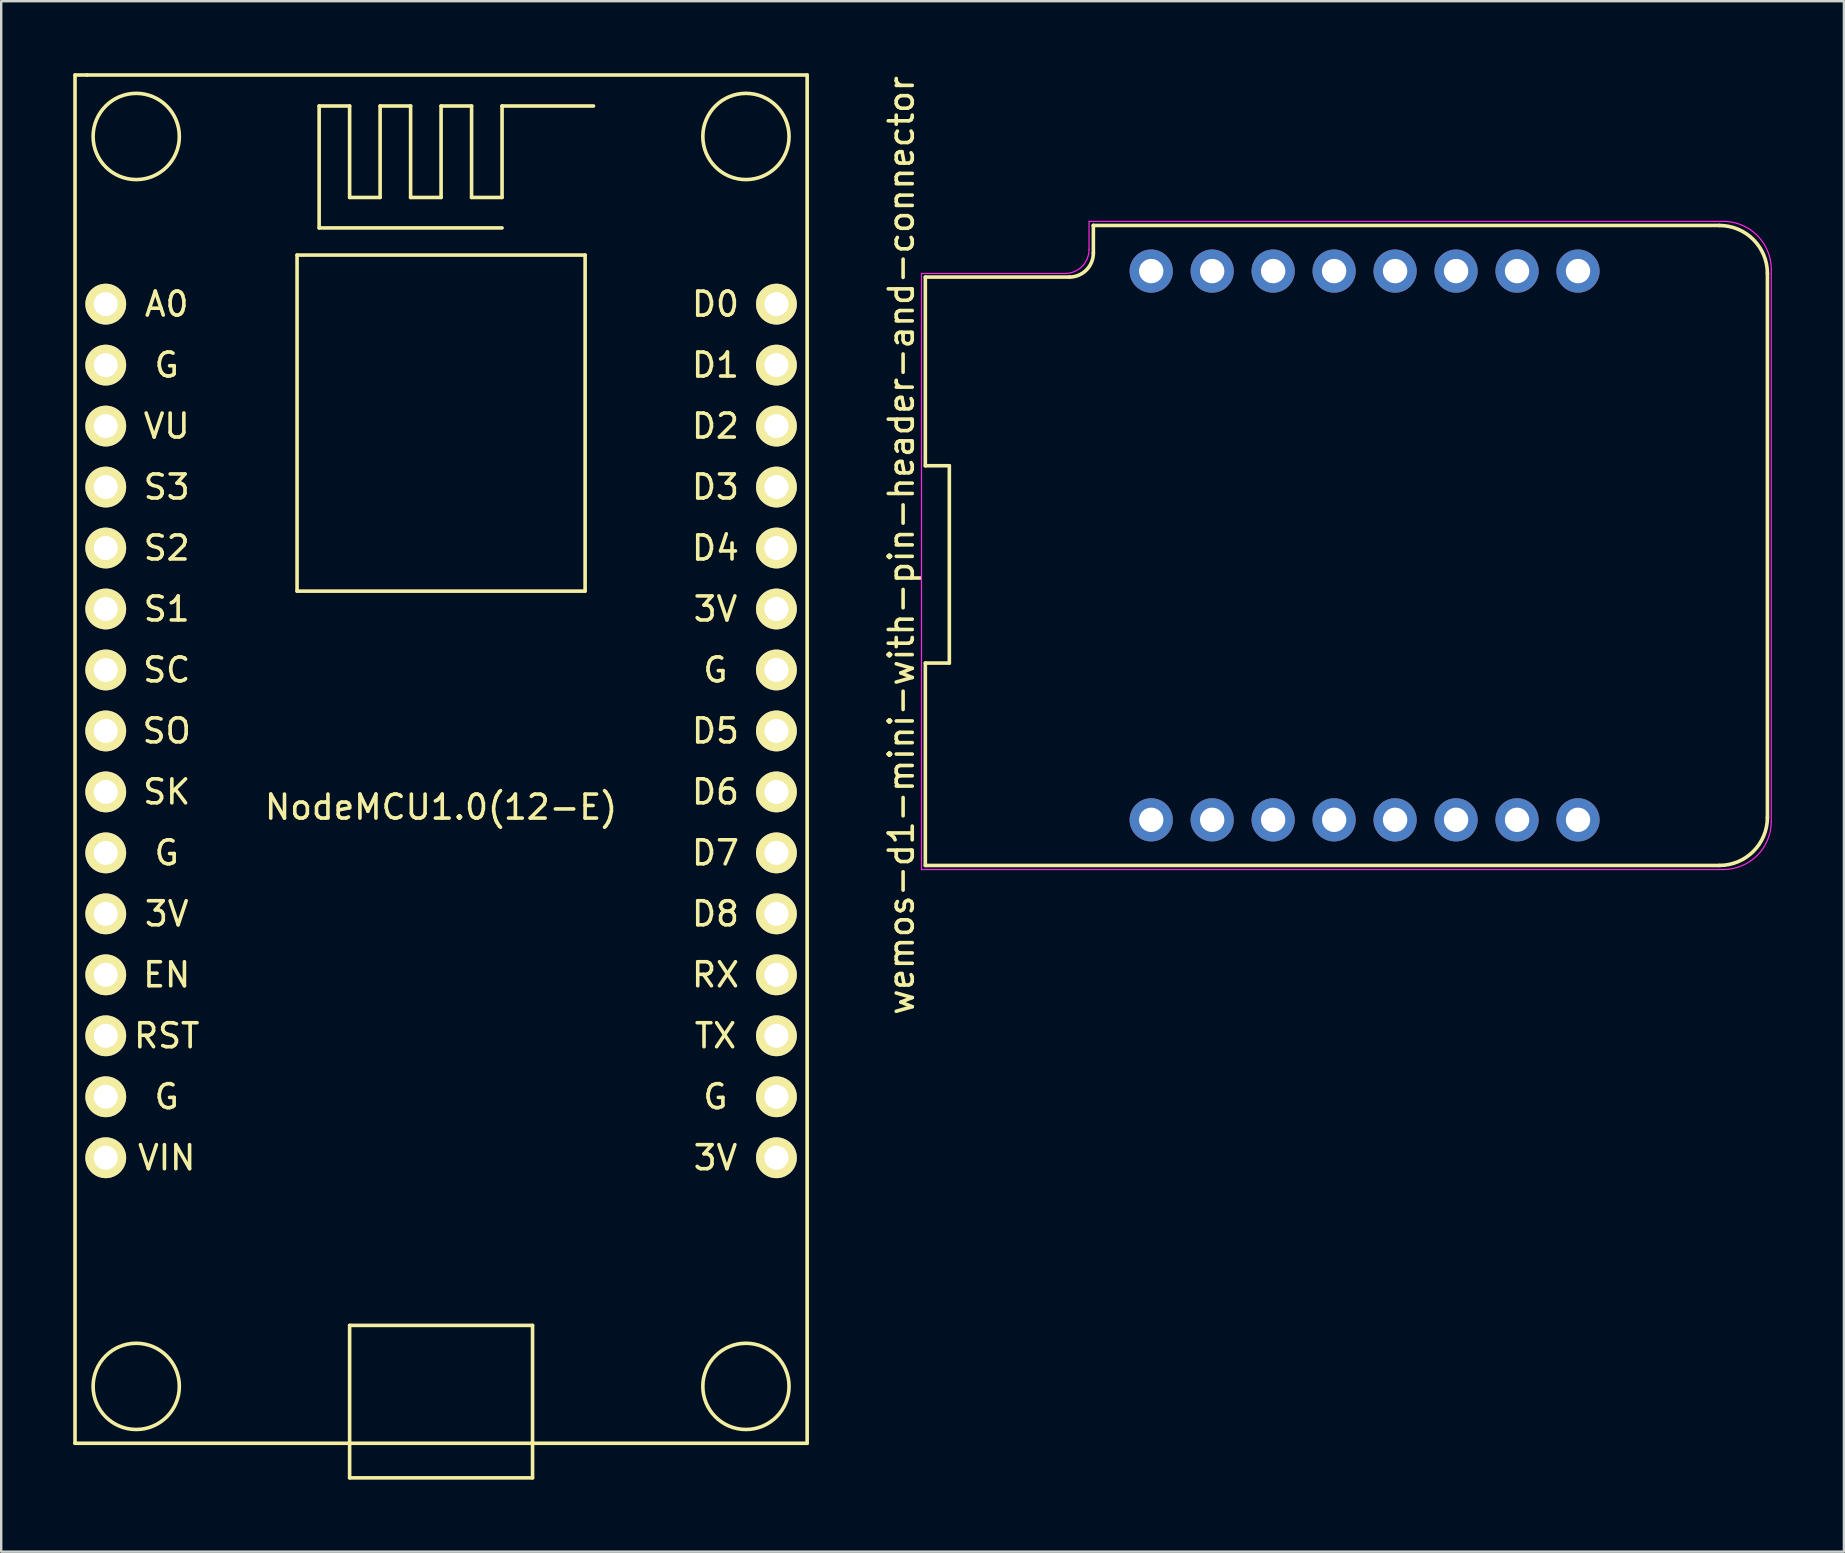
<source format=kicad_pcb>
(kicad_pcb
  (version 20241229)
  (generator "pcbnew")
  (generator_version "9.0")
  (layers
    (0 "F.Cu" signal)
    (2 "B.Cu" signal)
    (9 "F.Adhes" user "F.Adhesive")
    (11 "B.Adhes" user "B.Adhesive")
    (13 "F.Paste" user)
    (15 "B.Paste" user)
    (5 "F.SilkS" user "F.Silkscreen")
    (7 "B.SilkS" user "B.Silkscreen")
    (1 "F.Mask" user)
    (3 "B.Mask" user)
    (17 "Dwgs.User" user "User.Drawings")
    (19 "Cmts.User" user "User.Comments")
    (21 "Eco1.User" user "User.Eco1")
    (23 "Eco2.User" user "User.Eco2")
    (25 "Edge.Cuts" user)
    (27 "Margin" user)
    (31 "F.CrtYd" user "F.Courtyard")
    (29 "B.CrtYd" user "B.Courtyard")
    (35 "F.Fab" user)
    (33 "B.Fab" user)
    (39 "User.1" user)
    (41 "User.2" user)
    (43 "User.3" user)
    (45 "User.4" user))
  (footprint "wemos-d1-mini-with-pin-header-and-connector"
    (layer "F.Cu")
    (at 53.798 19.673)
    (property "Reference" "wemos-d1-mini-with-pin-header-and-connector" (at -19.3 0 90) (layer "F.SilkS") (effects (font (size 1 1) (thickness 0.15))))
    (attr through_hole)
    (fp_line (start -18.3 -11.18) (end -18.3 -3.32) (stroke (width 0.15) (type solid)) (layer "F.SilkS"))
    (fp_line (start -18.3 -11.18) (end -12.3 -11.18) (stroke (width 0.15) (type solid)) (layer "F.SilkS"))
    (fp_line (start -18.3 -3.32) (end -17.3 -3.32) (stroke (width 0.15) (type solid)) (layer "F.SilkS"))
    (fp_line (start -18.3 4.9) (end -18.3 13.33) (stroke (width 0.15) (type solid)) (layer "F.SilkS"))
    (fp_line (start -18.3 13.33) (end 14.78 13.33) (stroke (width 0.15) (type solid)) (layer "F.SilkS"))
    (fp_line (start -17.3 -3.32) (end -17.3 4.9) (stroke (width 0.15) (type solid)) (layer "F.SilkS"))
    (fp_line (start -17.3 4.9) (end -18.3 4.9) (stroke (width 0.15) (type solid)) (layer "F.SilkS"))
    (fp_line (start -11.3 -13.33) (end -11.3 -13.33) (stroke (width 0.15) (type solid)) (layer "F.SilkS"))
    (fp_line (start -11.3 -12.17) (end -11.3 -13.33) (stroke (width 0.15) (type solid)) (layer "F.SilkS"))
    (fp_line (start 14.78 -13.33) (end -11.3 -13.33) (stroke (width 0.15) (type solid)) (layer "F.SilkS"))
    (fp_line (start 16.78 11.33) (end 16.78 -11.33) (stroke (width 0.15) (type solid)) (layer "F.SilkS"))
    (fp_arc (start -11.3 -12.18) (mid -11.592893 -11.472893) (end -12.3 -11.18) (stroke (width 0.15) (type solid)) (layer "F.SilkS"))
    (fp_arc (start 14.78 -13.33) (mid 16.194214 -12.744214) (end 16.78 -11.33) (stroke (width 0.15) (type solid)) (layer "F.SilkS"))
    (fp_arc (start 16.78 11.33) (mid 16.194214 12.744214) (end 14.78 13.33) (stroke (width 0.15) (type solid)) (layer "F.SilkS"))
    (fp_line (start -18.46 -11.33) (end -12.48 -11.33) (stroke (width 0.05) (type solid)) (layer "F.CrtYd"))
    (fp_line (start -18.46 13.5) (end -18.46 -11.33) (stroke (width 0.05) (type solid)) (layer "F.CrtYd"))
    (fp_line (start -11.48 -13.5) (end -11.48 -12.33) (stroke (width 0.05) (type solid)) (layer "F.CrtYd"))
    (fp_line (start -11.48 -13.5) (end 14.85 -13.5) (stroke (width 0.05) (type solid)) (layer "F.CrtYd"))
    (fp_line (start 14.94 13.5) (end -18.46 13.5) (stroke (width 0.05) (type solid)) (layer "F.CrtYd"))
    (fp_line (start 16.94 -11.5) (end 16.94 11.5) (stroke (width 0.05) (type solid)) (layer "F.CrtYd"))
    (fp_arc (start -11.48 -12.33) (mid -11.772893 -11.622893) (end -12.48 -11.33) (stroke (width 0.05) (type solid)) (layer "F.CrtYd"))
    (fp_arc (start 14.85 -13.5) (mid 16.323459 -12.947115) (end 16.942024 -11.5) (stroke (width 0.05) (type solid)) (layer "F.CrtYd"))
    (fp_arc (start 16.94 11.5) (mid 16.354214 12.914214) (end 14.94 13.5) (stroke (width 0.05) (type solid)) (layer "F.CrtYd"))
    (pad "1" thru_hole circle (at -8.89 11.43) (size 1.8 1.8) (drill 1.016) (layers "*.Cu" "*.Mask"))
    (pad "2" thru_hole circle (at -6.35 11.43) (size 1.8 1.8) (drill 1.016) (layers "*.Cu" "*.Mask"))
    (pad "3" thru_hole circle (at -3.81 11.43) (size 1.8 1.8) (drill 1.016) (layers "*.Cu" "*.Mask"))
    (pad "4" thru_hole circle (at -1.27 11.43) (size 1.8 1.8) (drill 1.016) (layers "*.Cu" "*.Mask"))
    (pad "5" thru_hole circle (at 1.27 11.43) (size 1.8 1.8) (drill 1.016) (layers "*.Cu" "*.Mask"))
    (pad "6" thru_hole circle (at 3.81 11.43) (size 1.8 1.8) (drill 1.016) (layers "*.Cu" "*.Mask"))
    (pad "7" thru_hole circle (at 6.35 11.43) (size 1.8 1.8) (drill 1.016) (layers "*.Cu" "*.Mask"))
    (pad "8" thru_hole circle (at 8.89 11.43) (size 1.8 1.8) (drill 1.016) (layers "*.Cu" "*.Mask"))
    (pad "9" thru_hole circle (at 8.89 -11.43) (size 1.8 1.8) (drill 1.016) (layers "*.Cu" "*.Mask"))
    (pad "10" thru_hole circle (at 6.35 -11.43) (size 1.8 1.8) (drill 1.016) (layers "*.Cu" "*.Mask"))
    (pad "11" thru_hole circle (at 3.81 -11.43) (size 1.8 1.8) (drill 1.016) (layers "*.Cu" "*.Mask"))
    (pad "12" thru_hole circle (at 1.27 -11.43) (size 1.8 1.8) (drill 1.016) (layers "*.Cu" "*.Mask"))
    (pad "13" thru_hole circle (at -1.27 -11.43) (size 1.8 1.8) (drill 1.016) (layers "*.Cu" "*.Mask"))
    (pad "14" thru_hole circle (at -3.81 -11.43) (size 1.8 1.8) (drill 1.016) (layers "*.Cu" "*.Mask"))
    (pad "15" thru_hole circle (at -6.35 -11.43) (size 1.8 1.8) (drill 1.016) (layers "*.Cu" "*.Mask"))
    (pad "16" thru_hole circle (at -8.89 -11.43) (size 1.8 1.8) (drill 1.016) (layers "*.Cu" "*.Mask")))
  (footprint "NodeMCU1.0(12-E)"
    (layer "F.Cu")
    (at 15.325 30.575)
    (property "Reference" "NodeMCU1.0(12-E)" (at 0 0 0) (layer "F.SilkS") (effects (font (size 1 1) (thickness 0.15))))
    (attr through_hole)
    (fp_line (start -15.25 -30.5) (end -15.25 26.5) (stroke (width 0.15) (type solid)) (layer "F.SilkS"))
    (fp_line (start -15.25 26.5) (end 15.25 26.5) (stroke (width 0.15) (type solid)) (layer "F.SilkS"))
    (fp_line (start -14.75 -30.5) (end -15.25 -30.5) (stroke (width 0.15) (type solid)) (layer "F.SilkS"))
    (fp_line (start -6 -23) (end 6 -23) (stroke (width 0.15) (type solid)) (layer "F.SilkS"))
    (fp_line (start -6 -9) (end -6 -23) (stroke (width 0.15) (type solid)) (layer "F.SilkS"))
    (fp_line (start -5.08 -29.21) (end -3.81 -29.21) (stroke (width 0.15) (type solid)) (layer "F.SilkS"))
    (fp_line (start -5.08 -24.13) (end -5.08 -29.21) (stroke (width 0.15) (type solid)) (layer "F.SilkS"))
    (fp_line (start -3.81 -29.21) (end -3.81 -25.4) (stroke (width 0.15) (type solid)) (layer "F.SilkS"))
    (fp_line (start -3.81 -25.4) (end -2.54 -25.4) (stroke (width 0.15) (type solid)) (layer "F.SilkS"))
    (fp_line (start -3.81 21.59) (end -3.81 27.94) (stroke (width 0.15) (type solid)) (layer "F.SilkS"))
    (fp_line (start -3.81 27.94) (end 3.81 27.94) (stroke (width 0.15) (type solid)) (layer "F.SilkS"))
    (fp_line (start -2.54 -29.21) (end -1.27 -29.21) (stroke (width 0.15) (type solid)) (layer "F.SilkS"))
    (fp_line (start -2.54 -25.4) (end -2.54 -29.21) (stroke (width 0.15) (type solid)) (layer "F.SilkS"))
    (fp_line (start -1.27 -29.21) (end -1.27 -25.4) (stroke (width 0.15) (type solid)) (layer "F.SilkS"))
    (fp_line (start -1.27 -25.4) (end 0 -25.4) (stroke (width 0.15) (type solid)) (layer "F.SilkS"))
    (fp_line (start 0 -29.21) (end 1.27 -29.21) (stroke (width 0.15) (type solid)) (layer "F.SilkS"))
    (fp_line (start 0 -25.4) (end 0 -29.21) (stroke (width 0.15) (type solid)) (layer "F.SilkS"))
    (fp_line (start 1.27 -29.21) (end 1.27 -25.4) (stroke (width 0.15) (type solid)) (layer "F.SilkS"))
    (fp_line (start 1.27 -25.4) (end 2.54 -25.4) (stroke (width 0.15) (type solid)) (layer "F.SilkS"))
    (fp_line (start 2.54 -29.21) (end 6.35 -29.21) (stroke (width 0.15) (type solid)) (layer "F.SilkS"))
    (fp_line (start 2.54 -25.4) (end 2.54 -29.21) (stroke (width 0.15) (type solid)) (layer "F.SilkS"))
    (fp_line (start 2.54 -24.13) (end -5.08 -24.13) (stroke (width 0.15) (type solid)) (layer "F.SilkS"))
    (fp_line (start 3.81 21.59) (end -3.81 21.59) (stroke (width 0.15) (type solid)) (layer "F.SilkS"))
    (fp_line (start 3.81 27.94) (end 3.81 21.59) (stroke (width 0.15) (type solid)) (layer "F.SilkS"))
    (fp_line (start 6 -23) (end 6 -9) (stroke (width 0.15) (type solid)) (layer "F.SilkS"))
    (fp_line (start 6 -9) (end -6 -9) (stroke (width 0.15) (type solid)) (layer "F.SilkS"))
    (fp_line (start 15.25 -30.5) (end -14.75 -30.5) (stroke (width 0.15) (type solid)) (layer "F.SilkS"))
    (fp_line (start 15.25 26.5) (end 15.25 -30.5) (stroke (width 0.15) (type solid)) (layer "F.SilkS"))
    (fp_circle (center -12.7 -27.94) (end -11.43 -29.21) (stroke (width 0.15) (type solid)) (fill no) (layer "F.SilkS"))
    (fp_circle (center -12.7 24.13) (end -11.43 22.86) (stroke (width 0.15) (type solid)) (fill no) (layer "F.SilkS"))
    (fp_circle (center 12.7 -27.94) (end 13.97 -29.21) (stroke (width 0.15) (type solid)) (fill no) (layer "F.SilkS"))
    (fp_circle (center 12.7 24.13) (end 13.97 22.86) (stroke (width 0.15) (type solid)) (fill no) (layer "F.SilkS"))
    (fp_text user "G" (at -11.43 1.905 0) (layer "F.SilkS") (effects (font (size 1 1) (thickness 0.15))))
    (fp_text user "D1" (at 11.43 -18.415 0) (layer "F.SilkS") (effects (font (size 1 1) (thickness 0.15))))
    (fp_text user "RX" (at 11.43 6.985 0) (layer "F.SilkS") (effects (font (size 1 1) (thickness 0.15))))
    (fp_text user "D2" (at 11.43 -15.875 0) (layer "F.SilkS") (effects (font (size 1 1) (thickness 0.15))))
    (fp_text user "SC" (at -11.43 -5.715 0) (layer "F.SilkS") (effects (font (size 1 1) (thickness 0.15))))
    (fp_text user "D6" (at 11.43 -0.635 0) (layer "F.SilkS") (effects (font (size 1 1) (thickness 0.15))))
    (fp_text user "EN" (at -11.43 6.985 0) (layer "F.SilkS") (effects (font (size 1 1) (thickness 0.15))))
    (fp_text user "RST" (at -11.43 9.525 0) (layer "F.SilkS") (effects (font (size 1 1) (thickness 0.15))))
    (fp_text user "D4" (at 11.43 -10.795 0) (layer "F.SilkS") (effects (font (size 1 1) (thickness 0.15))))
    (fp_text user "G" (at -11.43 -18.415 0) (layer "F.SilkS") (effects (font (size 1 1) (thickness 0.15))))
    (fp_text user "S1" (at -11.43 -8.255 0) (layer "F.SilkS") (effects (font (size 1 1) (thickness 0.15))))
    (fp_text user "SK" (at -11.43 -0.635 0) (layer "F.SilkS") (effects (font (size 1 1) (thickness 0.15))))
    (fp_text user "TX" (at 11.43 9.525 0) (layer "F.SilkS") (effects (font (size 1 1) (thickness 0.15))))
    (fp_text user "D0" (at 11.43 -20.955 0) (layer "F.SilkS") (effects (font (size 1 1) (thickness 0.15))))
    (fp_text user "SO" (at -11.43 -3.175 0) (layer "F.SilkS") (effects (font (size 1 1) (thickness 0.15))))
    (fp_text user "VIN" (at -11.43 14.605 0) (layer "F.SilkS") (effects (font (size 1 1) (thickness 0.15))))
    (fp_text user "D5" (at 11.43 -3.175 0) (layer "F.SilkS") (effects (font (size 1 1) (thickness 0.15))))
    (fp_text user "3V" (at -11.43 4.445 0) (layer "F.SilkS") (effects (font (size 1 1) (thickness 0.15))))
    (fp_text user "G" (at -11.43 12.065 0) (layer "F.SilkS") (effects (font (size 1 1) (thickness 0.15))))
    (fp_text user "S2" (at -11.43 -10.795 0) (layer "F.SilkS") (effects (font (size 1 1) (thickness 0.15))))
    (fp_text user "3V" (at 11.43 14.605 0) (layer "F.SilkS") (effects (font (size 1 1) (thickness 0.15))))
    (fp_text user "D7" (at 11.43 1.905 0) (layer "F.SilkS") (effects (font (size 1 1) (thickness 0.15))))
    (fp_text user "S3" (at -11.43 -13.335 0) (layer "F.SilkS") (effects (font (size 1 1) (thickness 0.15))))
    (fp_text user "VU" (at -11.43 -15.875 0) (layer "F.SilkS") (effects (font (size 1 1) (thickness 0.15))))
    (fp_text user "A0" (at -11.43 -20.955 0) (layer "F.SilkS") (effects (font (size 1 1) (thickness 0.15))))
    (fp_text user "3V" (at 11.43 -8.255 0) (layer "F.SilkS") (effects (font (size 1 1) (thickness 0.15))))
    (fp_text user "D8" (at 11.43 4.445 0) (layer "F.SilkS") (effects (font (size 1 1) (thickness 0.15))))
    (fp_text user "G" (at 11.43 -5.715 0) (layer "F.SilkS") (effects (font (size 1 1) (thickness 0.15))))
    (fp_text user "G" (at 11.43 12.065 0) (layer "F.SilkS") (effects (font (size 1 1) (thickness 0.15))))
    (fp_text user "D3" (at 11.43 -13.335 0) (layer "F.SilkS") (effects (font (size 1 1) (thickness 0.15))))
    (pad "1" thru_hole circle (at -13.97 -20.955) (size 1.7 1.7) (drill 1) (layers "*.Cu" "*.Mask" "F.SilkS"))
    (pad "2" thru_hole circle (at -13.97 -18.415) (size 1.7 1.7) (drill 1) (layers "*.Cu" "*.Mask" "F.SilkS"))
    (pad "3" thru_hole circle (at -13.97 -15.875) (size 1.7 1.7) (drill 1) (layers "*.Cu" "*.Mask" "F.SilkS"))
    (pad "4" thru_hole circle (at -13.97 -13.335) (size 1.7 1.7) (drill 1) (layers "*.Cu" "*.Mask" "F.SilkS"))
    (pad "5" thru_hole circle (at -13.97 -10.795) (size 1.7 1.7) (drill 1) (layers "*.Cu" "*.Mask" "F.SilkS"))
    (pad "6" thru_hole circle (at -13.97 -8.255) (size 1.7 1.7) (drill 1) (layers "*.Cu" "*.Mask" "F.SilkS"))
    (pad "7" thru_hole circle (at -13.97 -5.715) (size 1.7 1.7) (drill 1) (layers "*.Cu" "*.Mask" "F.SilkS"))
    (pad "8" thru_hole circle (at -13.97 -3.175) (size 1.7 1.7) (drill 1) (layers "*.Cu" "*.Mask" "F.SilkS"))
    (pad "9" thru_hole circle (at -13.97 -0.635) (size 1.7 1.7) (drill 1) (layers "*.Cu" "*.Mask" "F.SilkS"))
    (pad "10" thru_hole circle (at -13.97 1.905) (size 1.7 1.7) (drill 1) (layers "*.Cu" "*.Mask" "F.SilkS"))
    (pad "11" thru_hole circle (at -13.97 4.445) (size 1.7 1.7) (drill 1) (layers "*.Cu" "*.Mask" "F.SilkS"))
    (pad "12" thru_hole circle (at -13.97 6.985) (size 1.7 1.7) (drill 1) (layers "*.Cu" "*.Mask" "F.SilkS"))
    (pad "13" thru_hole circle (at -13.97 9.525) (size 1.7 1.7) (drill 1) (layers "*.Cu" "*.Mask" "F.SilkS"))
    (pad "14" thru_hole circle (at -13.97 12.065) (size 1.7 1.7) (drill 1) (layers "*.Cu" "*.Mask" "F.SilkS"))
    (pad "15" thru_hole circle (at -13.97 14.605) (size 1.7 1.7) (drill 1) (layers "*.Cu" "*.Mask" "F.SilkS"))
    (pad "16" thru_hole circle (at 13.97 14.605) (size 1.7 1.7) (drill 1) (layers "*.Cu" "*.Mask" "F.SilkS"))
    (pad "17" thru_hole circle (at 13.97 12.065) (size 1.7 1.7) (drill 1) (layers "*.Cu" "*.Mask" "F.SilkS"))
    (pad "18" thru_hole circle (at 13.97 9.525) (size 1.7 1.7) (drill 1) (layers "*.Cu" "*.Mask" "F.SilkS"))
    (pad "19" thru_hole circle (at 13.97 6.985) (size 1.7 1.7) (drill 1) (layers "*.Cu" "*.Mask" "F.SilkS"))
    (pad "20" thru_hole circle (at 13.97 4.445) (size 1.7 1.7) (drill 1) (layers "*.Cu" "*.Mask" "F.SilkS"))
    (pad "21" thru_hole circle (at 13.97 1.905) (size 1.7 1.7) (drill 1) (layers "*.Cu" "*.Mask" "F.SilkS"))
    (pad "22" thru_hole circle (at 13.97 -0.635) (size 1.7 1.7) (drill 1) (layers "*.Cu" "*.Mask" "F.SilkS"))
    (pad "23" thru_hole circle (at 13.97 -3.175) (size 1.7 1.7) (drill 1) (layers "*.Cu" "*.Mask" "F.SilkS"))
    (pad "24" thru_hole circle (at 13.97 -5.715) (size 1.7 1.7) (drill 1) (layers "*.Cu" "*.Mask" "F.SilkS"))
    (pad "25" thru_hole circle (at 13.97 -8.255) (size 1.7 1.7) (drill 1) (layers "*.Cu" "*.Mask" "F.SilkS"))
    (pad "26" thru_hole circle (at 13.97 -10.795) (size 1.7 1.7) (drill 1) (layers "*.Cu" "*.Mask" "F.SilkS"))
    (pad "27" thru_hole circle (at 13.97 -13.335) (size 1.7 1.7) (drill 1) (layers "*.Cu" "*.Mask" "F.SilkS"))
    (pad "28" thru_hole circle (at 13.97 -15.875) (size 1.7 1.7) (drill 1) (layers "*.Cu" "*.Mask" "F.SilkS"))
    (pad "29" thru_hole circle (at 13.97 -18.415) (size 1.7 1.7) (drill 1) (layers "*.Cu" "*.Mask" "F.SilkS"))
    (pad "30" thru_hole circle (at 13.97 -20.955) (size 1.7 1.7) (drill 1) (layers "*.Cu" "*.Mask" "F.SilkS")))
  (gr_rect
    (start -3 -3)
    (end 73.765 61.59)
    (stroke (width 0.1) (type default))
    (fill no)
    (layer "Edge.Cuts")))
</source>
